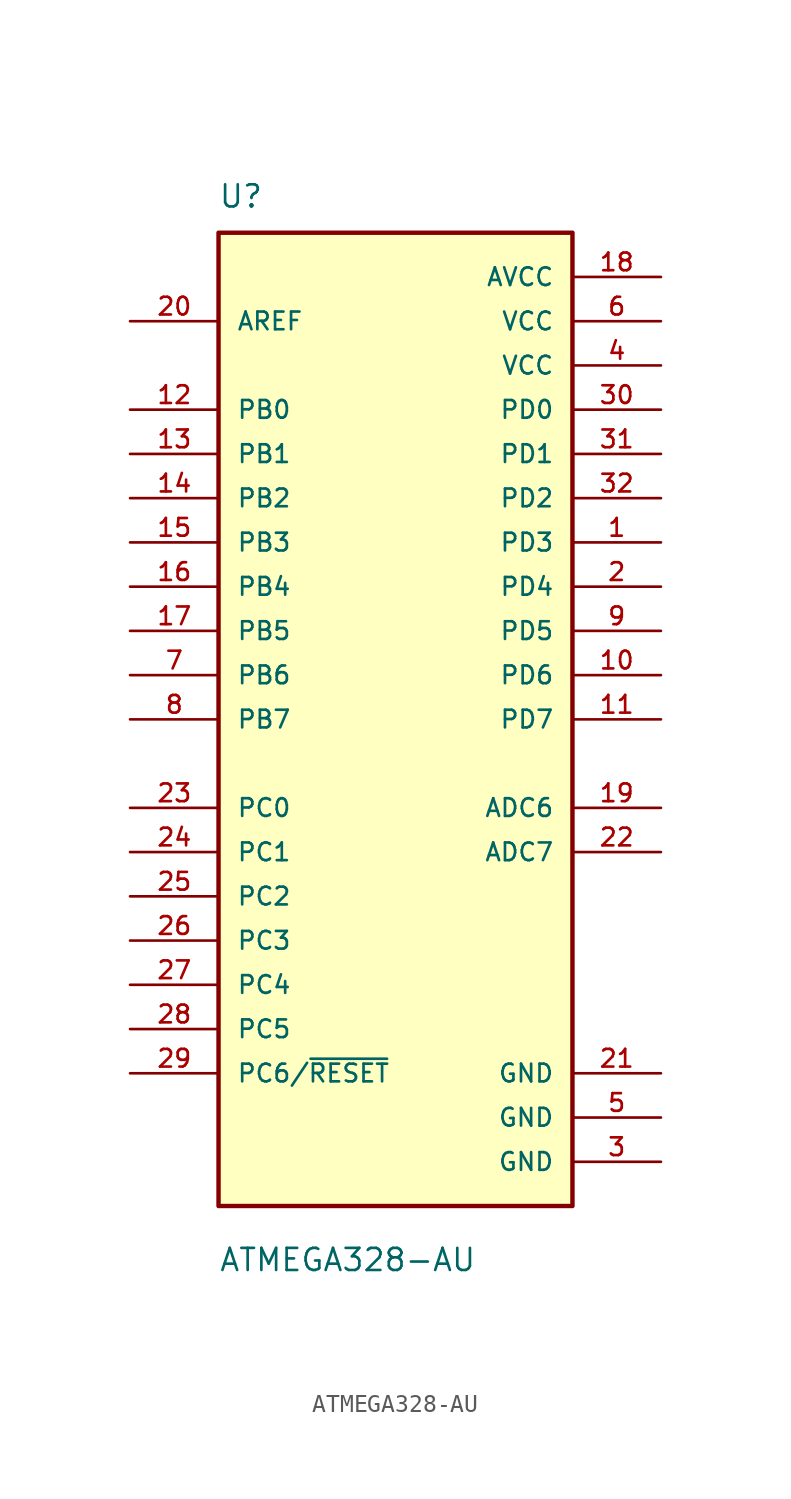
<source format=kicad_sym>
(kicad_symbol_lib
  (version 20211014)
  (generator kicad_symbol_editor)
  (symbol "ATMEGA328-AU"
    (pin_names
      (offset 1.016))
    (property "Reference" "U"
      (at -10.185 29.286 0)
      (effects (font (size 1.27 1.27)) (justify left bottom)))
    (property "Value" "ATMEGA328-AU"
      (at -10.16 -31.775 0)
      (effects (font (size 1.27 1.27)) (justify left bottom)))
    (property "ki_locked" ""
      (at 0 0 0)
      (effects (font (size 1.27 1.27))))
    (symbol "ATMEGA328-AU_0_0"
      (rectangle (start -10.16 -27.94) (end 10.16 27.94) (stroke (width 0.254) (type default) (color 0 0 0 0)) (fill (type background)))
      (pin bidirectional line (at 15.24 10.16 180) (length 5.08) (name "PD3" (effects (font (size 1.016 1.016)))) (number "1" (effects (font (size 1.016 1.016)))))
      (pin bidirectional line (at 15.24 2.54 180) (length 5.08) (name "PD6" (effects (font (size 1.016 1.016)))) (number "10" (effects (font (size 1.016 1.016)))))
      (pin bidirectional line (at 15.24 0 180) (length 5.08) (name "PD7" (effects (font (size 1.016 1.016)))) (number "11" (effects (font (size 1.016 1.016)))))
      (pin bidirectional line (at -15.24 17.78 0) (length 5.08) (name "PB0" (effects (font (size 1.016 1.016)))) (number "12" (effects (font (size 1.016 1.016)))))
      (pin bidirectional line (at -15.24 15.24 0) (length 5.08) (name "PB1" (effects (font (size 1.016 1.016)))) (number "13" (effects (font (size 1.016 1.016)))))
      (pin bidirectional line (at -15.24 12.7 0) (length 5.08) (name "PB2" (effects (font (size 1.016 1.016)))) (number "14" (effects (font (size 1.016 1.016)))))
      (pin bidirectional line (at -15.24 10.16 0) (length 5.08) (name "PB3" (effects (font (size 1.016 1.016)))) (number "15" (effects (font (size 1.016 1.016)))))
      (pin bidirectional line (at -15.24 7.62 0) (length 5.08) (name "PB4" (effects (font (size 1.016 1.016)))) (number "16" (effects (font (size 1.016 1.016)))))
      (pin bidirectional line (at -15.24 5.08 0) (length 5.08) (name "PB5" (effects (font (size 1.016 1.016)))) (number "17" (effects (font (size 1.016 1.016)))))
      (pin power_in line (at 15.24 25.4 180) (length 5.08) (name "AVCC" (effects (font (size 1.016 1.016)))) (number "18" (effects (font (size 1.016 1.016)))))
      (pin bidirectional line (at 15.24 -5.08 180) (length 5.08) (name "ADC6" (effects (font (size 1.016 1.016)))) (number "19" (effects (font (size 1.016 1.016)))))
      (pin bidirectional line (at 15.24 7.62 180) (length 5.08) (name "PD4" (effects (font (size 1.016 1.016)))) (number "2" (effects (font (size 1.016 1.016)))))
      (pin input line (at -15.24 22.86 0) (length 5.08) (name "AREF" (effects (font (size 1.016 1.016)))) (number "20" (effects (font (size 1.016 1.016)))))
      (pin power_in line (at 15.24 -20.32 180) (length 5.08) (name "GND" (effects (font (size 1.016 1.016)))) (number "21" (effects (font (size 1.016 1.016)))))
      (pin bidirectional line (at 15.24 -7.62 180) (length 5.08) (name "ADC7" (effects (font (size 1.016 1.016)))) (number "22" (effects (font (size 1.016 1.016)))))
      (pin bidirectional line (at -15.24 -5.08 0) (length 5.08) (name "PC0" (effects (font (size 1.016 1.016)))) (number "23" (effects (font (size 1.016 1.016)))))
      (pin bidirectional line (at -15.24 -7.62 0) (length 5.08) (name "PC1" (effects (font (size 1.016 1.016)))) (number "24" (effects (font (size 1.016 1.016)))))
      (pin bidirectional line (at -15.24 -10.16 0) (length 5.08) (name "PC2" (effects (font (size 1.016 1.016)))) (number "25" (effects (font (size 1.016 1.016)))))
      (pin bidirectional line (at -15.24 -12.7 0) (length 5.08) (name "PC3" (effects (font (size 1.016 1.016)))) (number "26" (effects (font (size 1.016 1.016)))))
      (pin bidirectional line (at -15.24 -15.24 0) (length 5.08) (name "PC4" (effects (font (size 1.016 1.016)))) (number "27" (effects (font (size 1.016 1.016)))))
      (pin bidirectional line (at -15.24 -17.78 0) (length 5.08) (name "PC5" (effects (font (size 1.016 1.016)))) (number "28" (effects (font (size 1.016 1.016)))))
      (pin bidirectional line (at -15.24 -20.32 0) (length 5.08) (name "PC6/~{RESET}" (effects (font (size 1.016 1.016)))) (number "29" (effects (font (size 1.016 1.016)))))
      (pin power_in line (at 15.24 -25.4 180) (length 5.08) (name "GND" (effects (font (size 1.016 1.016)))) (number "3" (effects (font (size 1.016 1.016)))))
      (pin bidirectional line (at 15.24 17.78 180) (length 5.08) (name "PD0" (effects (font (size 1.016 1.016)))) (number "30" (effects (font (size 1.016 1.016)))))
      (pin bidirectional line (at 15.24 15.24 180) (length 5.08) (name "PD1" (effects (font (size 1.016 1.016)))) (number "31" (effects (font (size 1.016 1.016)))))
      (pin bidirectional line (at 15.24 12.7 180) (length 5.08) (name "PD2" (effects (font (size 1.016 1.016)))) (number "32" (effects (font (size 1.016 1.016)))))
      (pin power_in line (at 15.24 20.32 180) (length 5.08) (name "VCC" (effects (font (size 1.016 1.016)))) (number "4" (effects (font (size 1.016 1.016)))))
      (pin power_in line (at 15.24 -22.86 180) (length 5.08) (name "GND" (effects (font (size 1.016 1.016)))) (number "5" (effects (font (size 1.016 1.016)))))
      (pin power_in line (at 15.24 22.86 180) (length 5.08) (name "VCC" (effects (font (size 1.016 1.016)))) (number "6" (effects (font (size 1.016 1.016)))))
      (pin bidirectional line (at -15.24 2.54 0) (length 5.08) (name "PB6" (effects (font (size 1.016 1.016)))) (number "7" (effects (font (size 1.016 1.016)))))
      (pin bidirectional line (at -15.24 0 0) (length 5.08) (name "PB7" (effects (font (size 1.016 1.016)))) (number "8" (effects (font (size 1.016 1.016)))))
      (pin bidirectional line (at 15.24 5.08 180) (length 5.08) (name "PD5" (effects (font (size 1.016 1.016)))) (number "9" (effects (font (size 1.016 1.016))))))))
</source>
